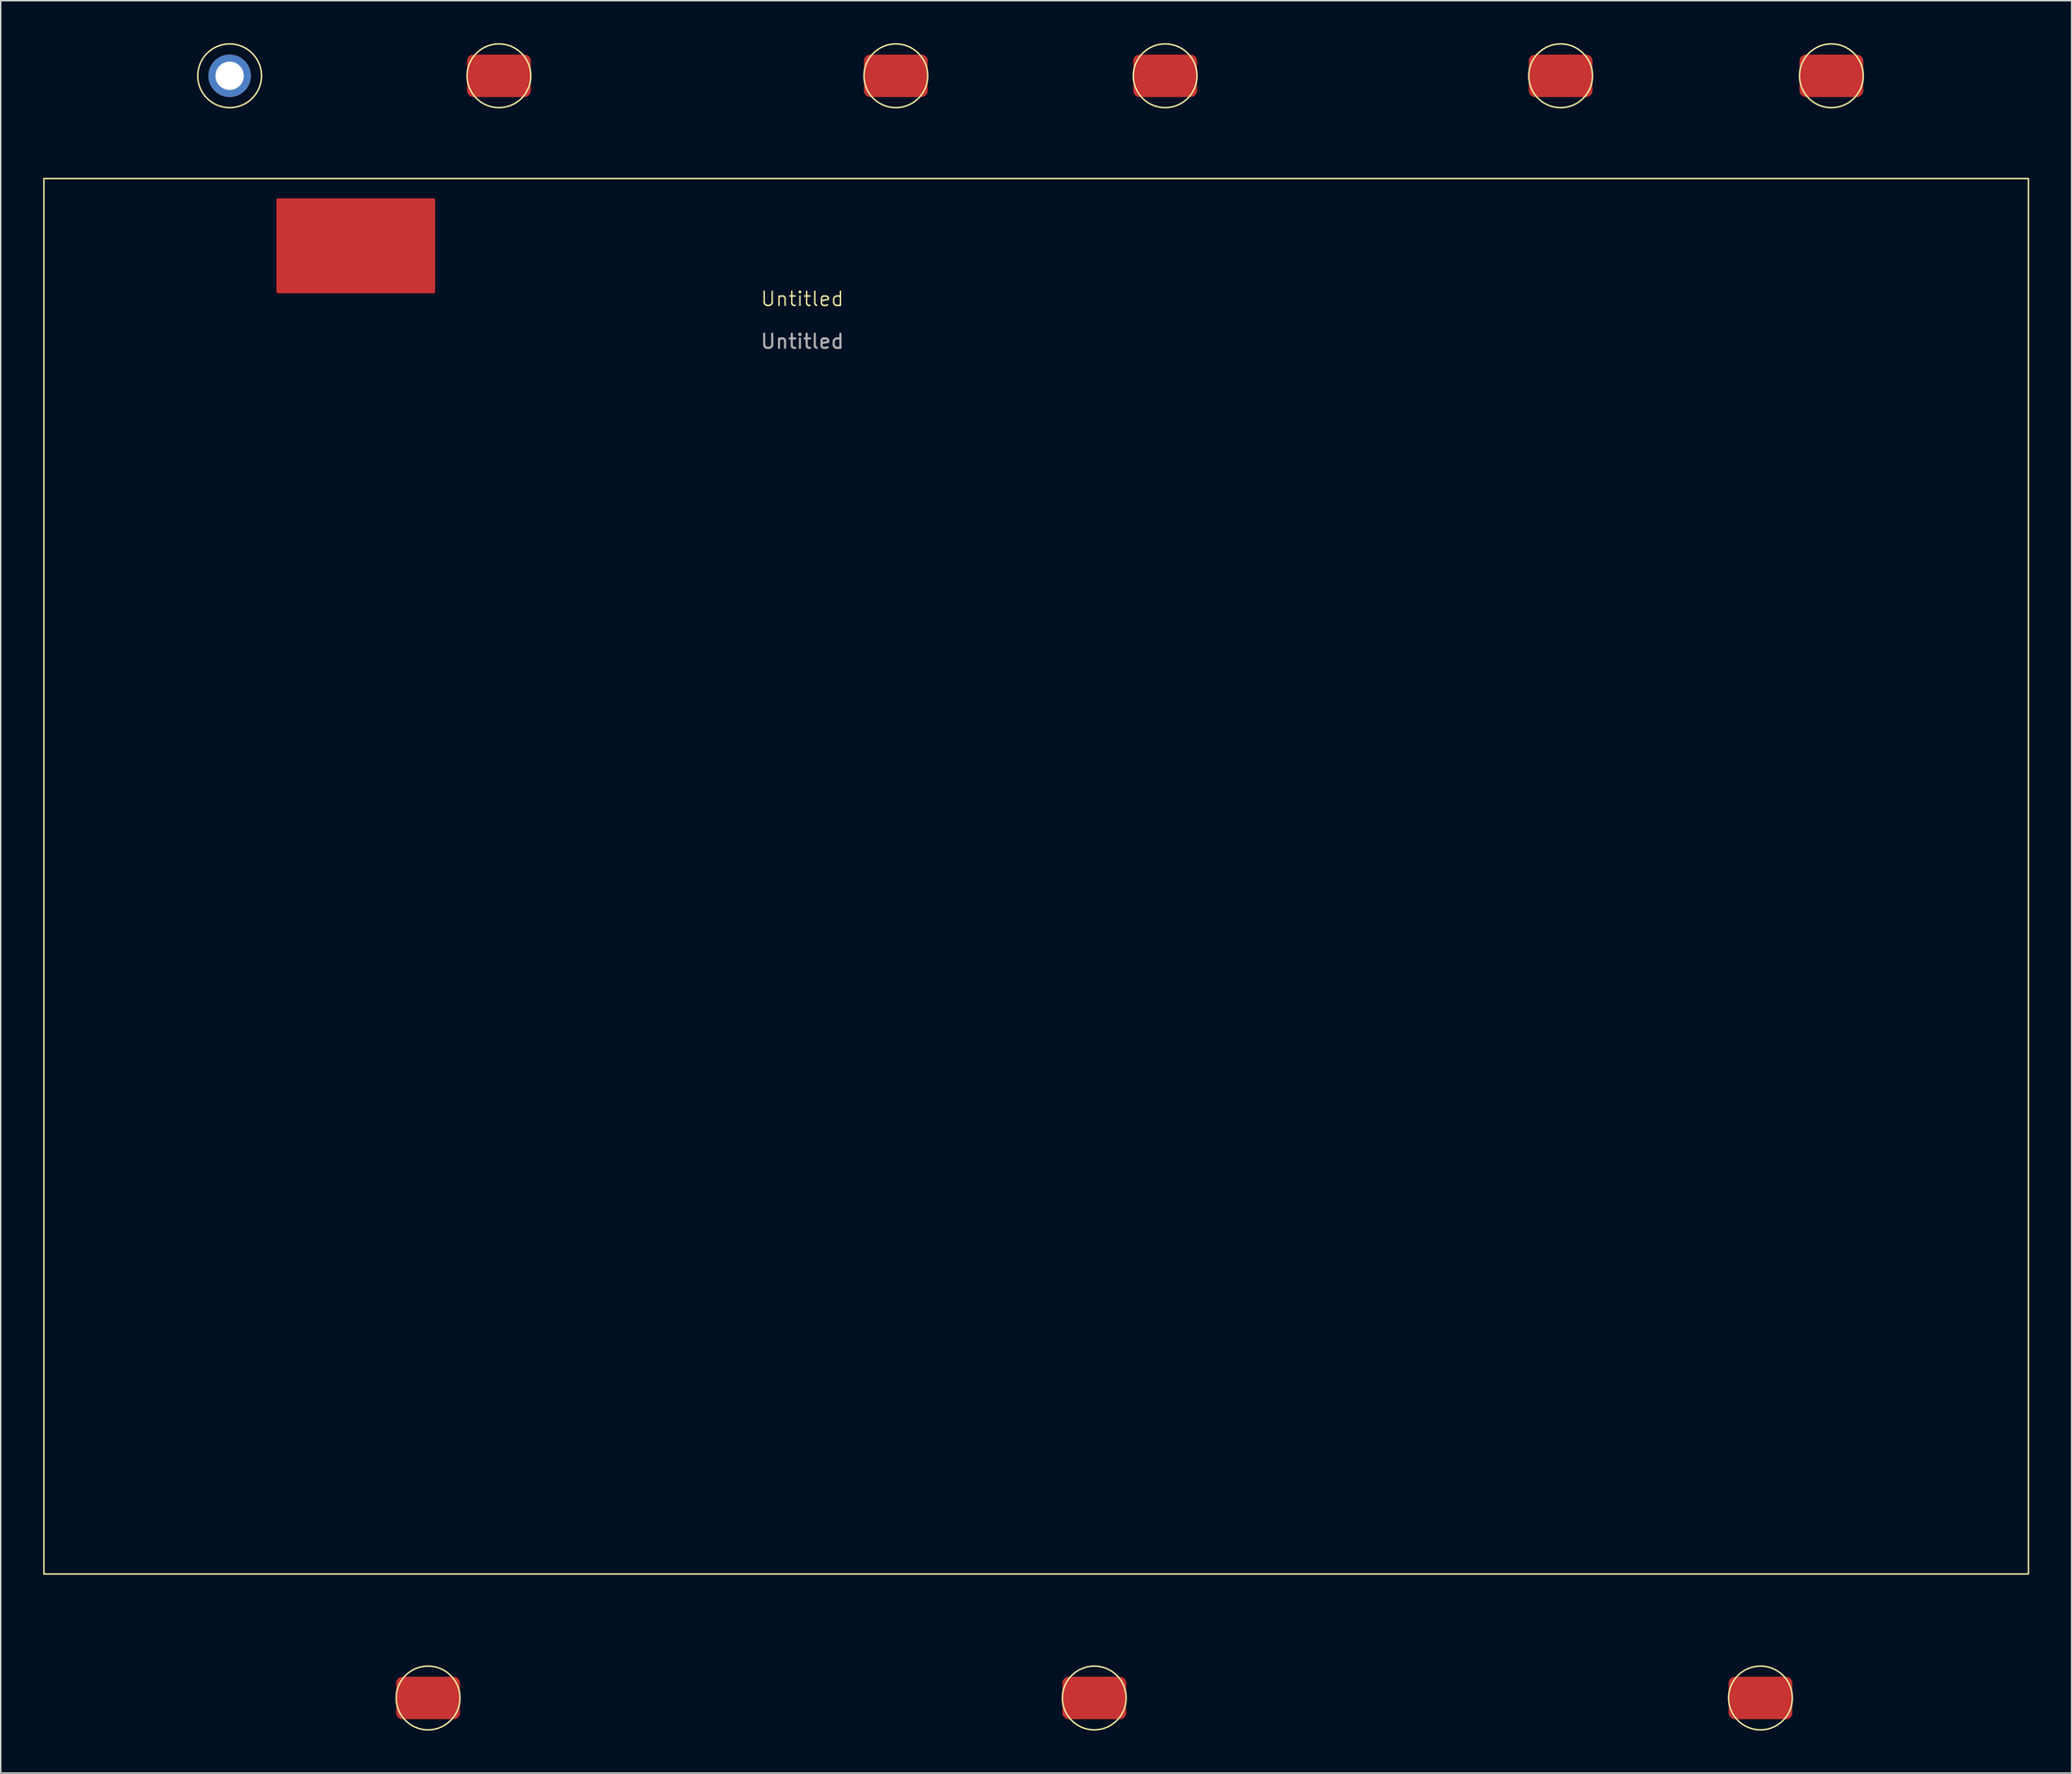
<source format=kicad_pcb>
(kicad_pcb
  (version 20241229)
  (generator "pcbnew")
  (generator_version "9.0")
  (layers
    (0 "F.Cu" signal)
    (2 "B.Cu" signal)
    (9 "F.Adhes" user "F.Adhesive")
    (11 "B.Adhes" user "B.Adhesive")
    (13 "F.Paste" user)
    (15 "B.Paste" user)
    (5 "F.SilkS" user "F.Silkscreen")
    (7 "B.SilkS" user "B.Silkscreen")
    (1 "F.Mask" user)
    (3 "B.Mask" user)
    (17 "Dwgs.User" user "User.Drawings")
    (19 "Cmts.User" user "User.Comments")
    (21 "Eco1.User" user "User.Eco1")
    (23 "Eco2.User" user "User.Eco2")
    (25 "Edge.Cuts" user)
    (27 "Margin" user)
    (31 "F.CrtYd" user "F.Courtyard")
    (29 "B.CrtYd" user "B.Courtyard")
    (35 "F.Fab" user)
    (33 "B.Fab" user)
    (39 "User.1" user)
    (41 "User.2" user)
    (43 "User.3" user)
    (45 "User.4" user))
  (footprint "Untitled"
    (layer "F.Cu")
    (at 53.55 18.55)
    (property "Reference" "Untitled" (at 0 -0.5 0) (unlocked yes) (layer "F.SilkS") (effects (font (size 1 1) (thickness 0.1))))
    (attr smd)
    (fp_rect (start -37 -7.5) (end -26 -1) (stroke (width 0.2) (type solid)) (fill yes) (layer "F.Cu"))
    (fp_rect (start -53.5 -9) (end 86.5 89.5) (stroke (width 0.1) (type default)) (fill no) (layer "F.SilkS"))
    (fp_circle (center -40.4 -16.25) (end -38.15 -16.25) (stroke (width 0.1) (type solid)) (fill no) (layer "F.SilkS"))
    (fp_circle (center -26.4 98.25) (end -24.15 98.25) (stroke (width 0.1) (type solid)) (fill no) (layer "F.SilkS"))
    (fp_circle (center -21.4 -16.25) (end -19.15 -16.25) (stroke (width 0.1) (type solid)) (fill no) (layer "F.SilkS"))
    (fp_circle (center 6.6 -16.25) (end 8.85 -16.25) (stroke (width 0.1) (type solid)) (fill no) (layer "F.SilkS"))
    (fp_circle (center 20.6 98.25) (end 22.85 98.25) (stroke (width 0.1) (type solid)) (fill no) (layer "F.SilkS"))
    (fp_circle (center 25.6 -16.25) (end 27.85 -16.25) (stroke (width 0.1) (type solid)) (fill no) (layer "F.SilkS"))
    (fp_circle (center 53.5 -16.25) (end 55.75 -16.25) (stroke (width 0.1) (type solid)) (fill no) (layer "F.SilkS"))
    (fp_circle (center 67.6 98.25) (end 69.85 98.25) (stroke (width 0.1) (type solid)) (fill no) (layer "F.SilkS"))
    (fp_circle (center 72.6 -16.25) (end 74.85 -16.25) (stroke (width 0.1) (type solid)) (fill no) (layer "F.SilkS"))
    (fp_text user "${REFERENCE}" (at 0 2.5 0) (unlocked yes) (layer "F.Fab") (effects (font (size 1 1) (thickness 0.15))))
    (pad "1" thru_hole circle (at -40.4 -16.25) (size 3 3) (drill 2) (layers "*.Cu" "*.Mask"))
    (pad "2" smd roundrect (at -21.4 -16.25) (size 4.5 3) (layers "F.Cu" "F.Mask" "F.Paste") (roundrect_rratio 0.15))
    (pad "3" smd roundrect (at 6.6 -16.25) (size 4.5 3) (layers "F.Cu" "F.Mask" "F.Paste") (roundrect_rratio 0.15))
    (pad "4" smd roundrect (at 25.6 -16.25) (size 4.5 3) (layers "F.Cu" "F.Mask" "F.Paste") (roundrect_rratio 0.15))
    (pad "5" smd roundrect (at 53.5 -16.25) (size 4.5 3) (layers "F.Cu" "F.Mask" "F.Paste") (roundrect_rratio 0.15))
    (pad "6" smd roundrect (at 72.6 -16.25) (size 4.5 3) (layers "F.Cu" "F.Mask" "F.Paste") (roundrect_rratio 0.15))
    (pad "7" smd roundrect (at -26.4 98.25) (size 4.5 3) (layers "F.Cu" "F.Mask" "F.Paste") (roundrect_rratio 0.15))
    (pad "8" smd roundrect (at 20.6 98.25) (size 4.5 3) (layers "F.Cu" "F.Mask" "F.Paste") (roundrect_rratio 0.15))
    (pad "9" smd roundrect (at 67.6 98.25) (size 4.5 3) (layers "F.Cu" "F.Mask" "F.Paste") (roundrect_rratio 0.15)))
  (gr_rect
    (start -3 -3)
    (end 143.1 122.1)
    (stroke (width 0.1) (type default))
    (fill no)
    (layer "Edge.Cuts")))
</source>
